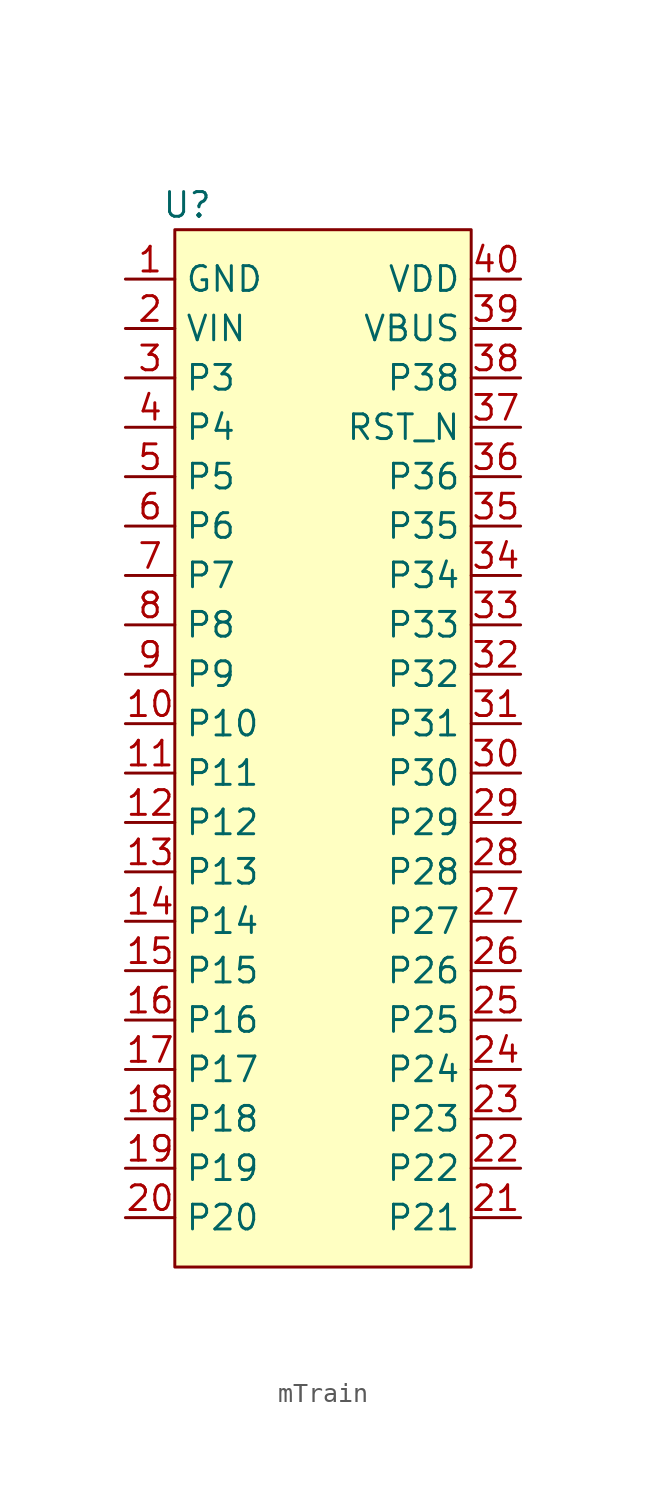
<source format=kicad_sym>
(kicad_symbol_lib
  (version 20220914)
  (generator kicad_symbol_editor)
  (symbol "mTrain"
    (property "Reference" "U"
      (at 3.175 3.81 0)
      (effects (font (size 1.27 1.27))))
    (property "Value" ""
      (at 0 0 0)
      (effects (font (size 1.27 1.27))))
    (symbol "mTrain_0_0"
      (pin unspecified line (at 0 0 0) (length 2.54) (name "GND" (effects (font (size 1.27 1.27)))) (number "1" (effects (font (size 1.27 1.27)))))
      (pin unspecified line (at 0 -22.86 0) (length 2.54) (name "P10" (effects (font (size 1.27 1.27)))) (number "10" (effects (font (size 1.27 1.27)))))
      (pin unspecified line (at 0 -25.4 0) (length 2.54) (name "P11" (effects (font (size 1.27 1.27)))) (number "11" (effects (font (size 1.27 1.27)))))
      (pin unspecified line (at 0 -27.94 0) (length 2.54) (name "P12" (effects (font (size 1.27 1.27)))) (number "12" (effects (font (size 1.27 1.27)))))
      (pin unspecified line (at 0 -30.48 0) (length 2.54) (name "P13" (effects (font (size 1.27 1.27)))) (number "13" (effects (font (size 1.27 1.27)))))
      (pin unspecified line (at 0 -33.02 0) (length 2.54) (name "P14" (effects (font (size 1.27 1.27)))) (number "14" (effects (font (size 1.27 1.27)))))
      (pin unspecified line (at 0 -35.56 0) (length 2.54) (name "P15" (effects (font (size 1.27 1.27)))) (number "15" (effects (font (size 1.27 1.27)))))
      (pin unspecified line (at 0 -38.1 0) (length 2.54) (name "P16" (effects (font (size 1.27 1.27)))) (number "16" (effects (font (size 1.27 1.27)))))
      (pin unspecified line (at 0 -40.64 0) (length 2.54) (name "P17" (effects (font (size 1.27 1.27)))) (number "17" (effects (font (size 1.27 1.27)))))
      (pin unspecified line (at 0 -43.18 0) (length 2.54) (name "P18" (effects (font (size 1.27 1.27)))) (number "18" (effects (font (size 1.27 1.27)))))
      (pin unspecified line (at 0 -45.72 0) (length 2.54) (name "P19" (effects (font (size 1.27 1.27)))) (number "19" (effects (font (size 1.27 1.27)))))
      (pin unspecified line (at 0 -2.54 0) (length 2.54) (name "VIN" (effects (font (size 1.27 1.27)))) (number "2" (effects (font (size 1.27 1.27)))))
      (pin unspecified line (at 0 -48.26 0) (length 2.54) (name "P20" (effects (font (size 1.27 1.27)))) (number "20" (effects (font (size 1.27 1.27)))))
      (pin unspecified line (at 0 -5.08 0) (length 2.54) (name "P3" (effects (font (size 1.27 1.27)))) (number "3" (effects (font (size 1.27 1.27)))))
      (pin unspecified line (at 0 -7.62 0) (length 2.54) (name "P4" (effects (font (size 1.27 1.27)))) (number "4" (effects (font (size 1.27 1.27)))))
      (pin unspecified line (at 0 -10.16 0) (length 2.54) (name "P5" (effects (font (size 1.27 1.27)))) (number "5" (effects (font (size 1.27 1.27)))))
      (pin unspecified line (at 0 -12.7 0) (length 2.54) (name "P6" (effects (font (size 1.27 1.27)))) (number "6" (effects (font (size 1.27 1.27)))))
      (pin unspecified line (at 0 -15.24 0) (length 2.54) (name "P7" (effects (font (size 1.27 1.27)))) (number "7" (effects (font (size 1.27 1.27)))))
      (pin unspecified line (at 0 -17.78 0) (length 2.54) (name "P8" (effects (font (size 1.27 1.27)))) (number "8" (effects (font (size 1.27 1.27)))))
      (pin unspecified line (at 0 -20.32 0) (length 2.54) (name "P9" (effects (font (size 1.27 1.27)))) (number "9" (effects (font (size 1.27 1.27))))))
    (symbol "mTrain_1_0"
      (pin input line (at 20.32 -48.26 180) (length 2.54) (name "P21" (effects (font (size 1.27 1.27)))) (number "21" (effects (font (size 1.27 1.27)))))
      (pin input line (at 20.32 -45.72 180) (length 2.54) (name "P22" (effects (font (size 1.27 1.27)))) (number "22" (effects (font (size 1.27 1.27)))))
      (pin input line (at 20.32 -43.18 180) (length 2.54) (name "P23" (effects (font (size 1.27 1.27)))) (number "23" (effects (font (size 1.27 1.27)))))
      (pin input line (at 20.32 -40.64 180) (length 2.54) (name "P24" (effects (font (size 1.27 1.27)))) (number "24" (effects (font (size 1.27 1.27)))))
      (pin input line (at 20.32 -38.1 180) (length 2.54) (name "P25" (effects (font (size 1.27 1.27)))) (number "25" (effects (font (size 1.27 1.27)))))
      (pin input line (at 20.32 -35.56 180) (length 2.54) (name "P26" (effects (font (size 1.27 1.27)))) (number "26" (effects (font (size 1.27 1.27)))))
      (pin input line (at 20.32 -33.02 180) (length 2.54) (name "P27" (effects (font (size 1.27 1.27)))) (number "27" (effects (font (size 1.27 1.27)))))
      (pin input line (at 20.32 -30.48 180) (length 2.54) (name "P28" (effects (font (size 1.27 1.27)))) (number "28" (effects (font (size 1.27 1.27)))))
      (pin input line (at 20.32 -27.94 180) (length 2.54) (name "P29" (effects (font (size 1.27 1.27)))) (number "29" (effects (font (size 1.27 1.27)))))
      (pin input line (at 20.32 -25.4 180) (length 2.54) (name "P30" (effects (font (size 1.27 1.27)))) (number "30" (effects (font (size 1.27 1.27)))))
      (pin input line (at 20.32 -22.86 180) (length 2.54) (name "P31" (effects (font (size 1.27 1.27)))) (number "31" (effects (font (size 1.27 1.27)))))
      (pin input line (at 20.32 -20.32 180) (length 2.54) (name "P32" (effects (font (size 1.27 1.27)))) (number "32" (effects (font (size 1.27 1.27)))))
      (pin input line (at 20.32 -17.78 180) (length 2.54) (name "P33" (effects (font (size 1.27 1.27)))) (number "33" (effects (font (size 1.27 1.27)))))
      (pin input line (at 20.32 -15.24 180) (length 2.54) (name "P34" (effects (font (size 1.27 1.27)))) (number "34" (effects (font (size 1.27 1.27)))))
      (pin input line (at 20.32 -12.7 180) (length 2.54) (name "P35" (effects (font (size 1.27 1.27)))) (number "35" (effects (font (size 1.27 1.27)))))
      (pin input line (at 20.32 -10.16 180) (length 2.54) (name "P36" (effects (font (size 1.27 1.27)))) (number "36" (effects (font (size 1.27 1.27)))))
      (pin input line (at 20.32 -7.62 180) (length 2.54) (name "RST_N" (effects (font (size 1.27 1.27)))) (number "37" (effects (font (size 1.27 1.27)))))
      (pin input line (at 20.32 -5.08 180) (length 2.54) (name "P38" (effects (font (size 1.27 1.27)))) (number "38" (effects (font (size 1.27 1.27)))))
      (pin input line (at 20.32 -2.54 180) (length 2.54) (name "VBUS" (effects (font (size 1.27 1.27)))) (number "39" (effects (font (size 1.27 1.27)))))
      (pin input line (at 20.32 0 180) (length 2.54) (name "VDD" (effects (font (size 1.27 1.27)))) (number "40" (effects (font (size 1.27 1.27))))))
    (symbol "mTrain_1_1"
      (rectangle (start 2.54 2.54) (end 17.78 -50.8) (stroke (width 0) (type default)) (fill (type background))))))
</source>
